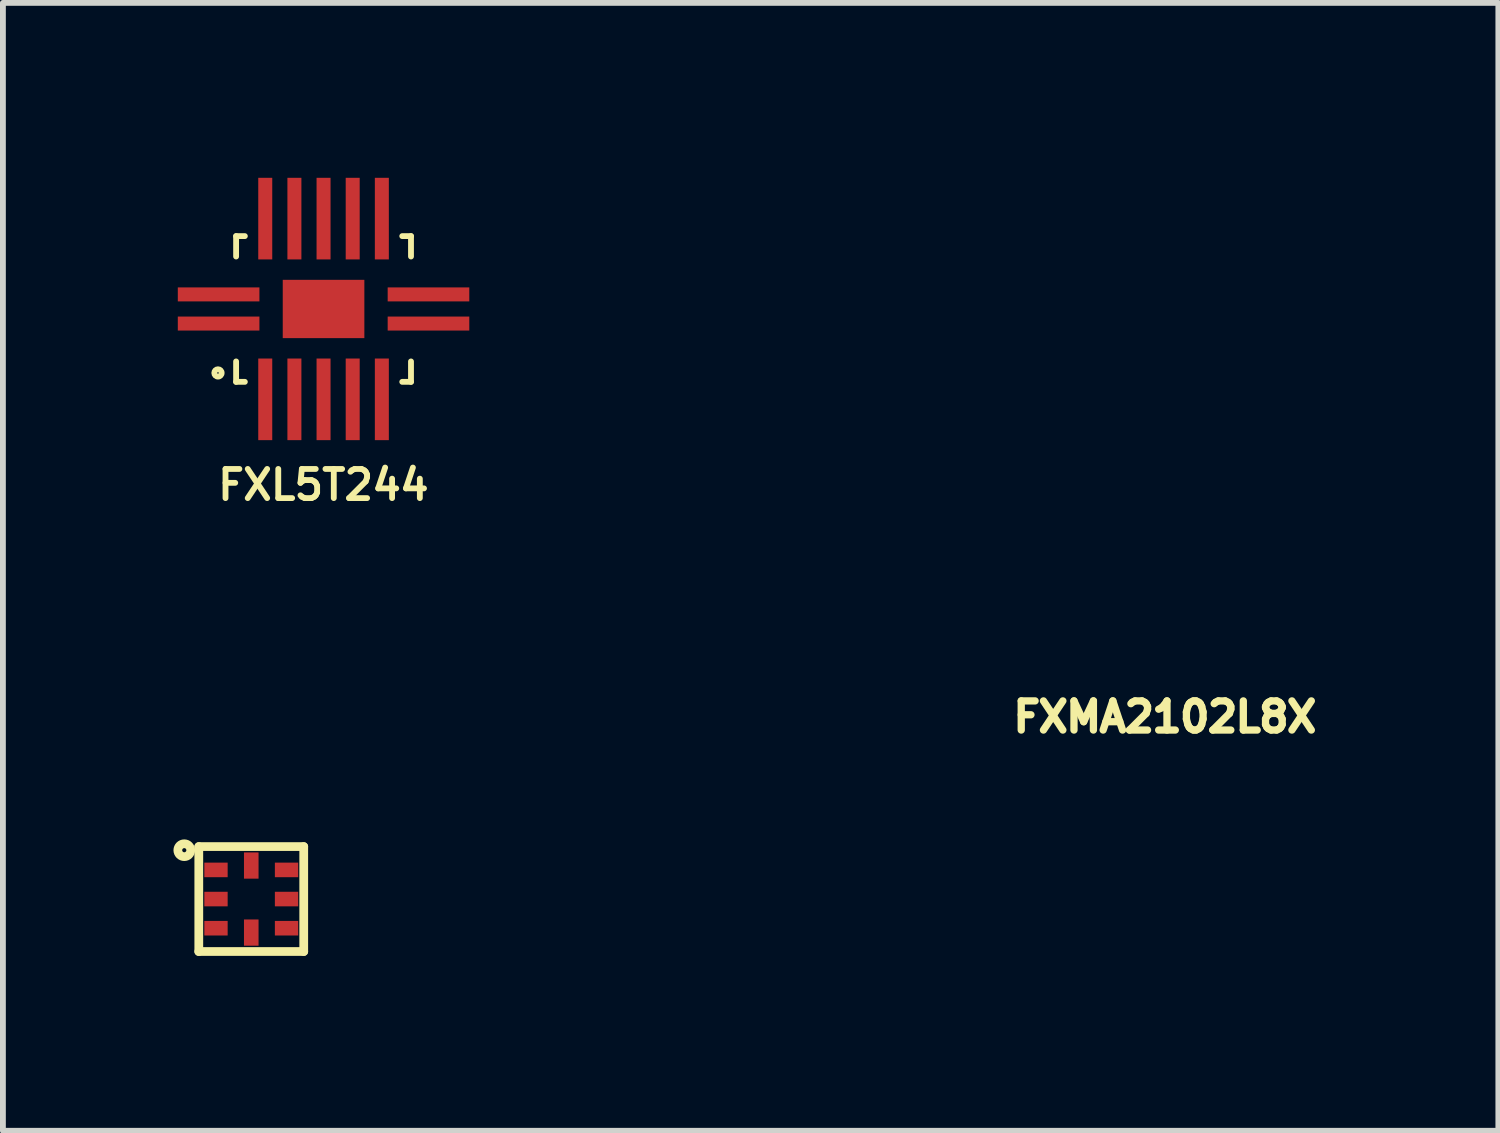
<source format=kicad_pcb>
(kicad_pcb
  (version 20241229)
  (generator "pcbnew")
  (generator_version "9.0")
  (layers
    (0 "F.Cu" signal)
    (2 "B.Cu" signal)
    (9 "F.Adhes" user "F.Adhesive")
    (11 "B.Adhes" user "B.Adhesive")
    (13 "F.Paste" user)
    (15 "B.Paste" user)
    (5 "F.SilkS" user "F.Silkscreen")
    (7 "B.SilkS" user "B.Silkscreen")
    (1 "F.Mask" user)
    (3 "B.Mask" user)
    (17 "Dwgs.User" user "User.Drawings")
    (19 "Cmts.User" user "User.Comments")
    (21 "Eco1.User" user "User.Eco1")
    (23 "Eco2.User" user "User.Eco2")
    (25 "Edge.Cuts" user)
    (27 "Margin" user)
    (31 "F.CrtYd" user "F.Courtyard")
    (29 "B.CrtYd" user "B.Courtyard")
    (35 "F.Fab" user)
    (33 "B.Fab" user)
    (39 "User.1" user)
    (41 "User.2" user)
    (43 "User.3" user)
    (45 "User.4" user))
  (footprint "FXL5T244"
    (layer "F.Cu")
    (at 2.5 2.25)
    (property "Reference" "FXL5T244" (at -0.003 3.018 0) (layer "F.SilkS") (effects (font (size 0.5 0.5) (thickness 0.1))))
    (attr through_hole)
    (fp_line (start -1.5 -1.25) (end -1.5 -0.9) (stroke (width 0.1) (type solid)) (layer "F.SilkS"))
    (fp_line (start -1.5 1.25) (end -1.5 0.9) (stroke (width 0.1) (type solid)) (layer "F.SilkS"))
    (fp_line (start -1.35 -1.25) (end -1.5 -1.25) (stroke (width 0.1) (type solid)) (layer "F.SilkS"))
    (fp_line (start -1.35 1.25) (end -1.5 1.25) (stroke (width 0.1) (type solid)) (layer "F.SilkS"))
    (fp_line (start 1.35 -1.25) (end 1.5 -1.25) (stroke (width 0.1) (type solid)) (layer "F.SilkS"))
    (fp_line (start 1.35 1.25) (end 1.5 1.25) (stroke (width 0.1) (type solid)) (layer "F.SilkS"))
    (fp_line (start 1.5 -1.25) (end 1.5 -0.9) (stroke (width 0.1) (type solid)) (layer "F.SilkS"))
    (fp_line (start 1.5 1.25) (end 1.5 0.9) (stroke (width 0.1) (type solid)) (layer "F.SilkS"))
    (fp_circle (center -1.811 1.097) (end -1.75 1.113) (stroke (width 0.1) (type solid)) (fill no) (layer "F.SilkS"))
    (pad "" smd rect (at 0 0) (size 1 0.7) (layers "F.Mask" "F.Paste"))
    (pad "1" smd rect (at -1.8 0.25 90) (size 0.24 1.4) (layers "F.Cu" "F.Mask" "F.Paste"))
    (pad "2" smd rect (at -1 1.55) (size 0.24 1.4) (layers "F.Cu" "F.Mask" "F.Paste"))
    (pad "3" smd rect (at -0.5 1.55) (size 0.24 1.4) (layers "F.Cu" "F.Mask" "F.Paste"))
    (pad "4" smd rect (at 0 1.55) (size 0.24 1.4) (layers "F.Cu" "F.Mask" "F.Paste"))
    (pad "5" smd rect (at 0.5 1.55) (size 0.24 1.4) (layers "F.Cu" "F.Mask" "F.Paste"))
    (pad "6" smd rect (at 1 1.55) (size 0.24 1.4) (layers "F.Cu" "F.Mask" "F.Paste"))
    (pad "7" smd rect (at 0 0) (size 1.4 1) (layers "F.Cu"))
    (pad "7" smd rect (at 1.8 0.25 90) (size 0.24 1.4) (layers "F.Cu" "F.Mask" "F.Paste"))
    (pad "8" smd rect (at 1.8 -0.25 90) (size 0.24 1.4) (layers "F.Cu" "F.Mask" "F.Paste"))
    (pad "9" smd rect (at 1 -1.55) (size 0.24 1.4) (layers "F.Cu" "F.Mask" "F.Paste"))
    (pad "10" smd rect (at 0.5 -1.55) (size 0.24 1.4) (layers "F.Cu" "F.Mask" "F.Paste"))
    (pad "11" smd rect (at 0 -1.55) (size 0.24 1.4) (layers "F.Cu" "F.Mask" "F.Paste"))
    (pad "12" smd rect (at -0.5 -1.55) (size 0.24 1.4) (layers "F.Cu" "F.Mask" "F.Paste"))
    (pad "13" smd rect (at -1 -1.55) (size 0.24 1.4) (layers "F.Cu" "F.Mask" "F.Paste"))
    (pad "14" smd rect (at -1.8 -0.25 90) (size 0.24 1.4) (layers "F.Cu" "F.Mask" "F.Paste")))
  (footprint "FXMA2102L8X"
    (layer "F.Cu")
    (at 1.26 12.372)
    (property "Reference" "FXMA2102L8X" (at 15.672 -3.124 0) (layer "F.SilkS") (effects (font (size 0.5 0.5) (thickness 0.125))))
    (attr through_hole)
    (fp_line (start -0.9 -0.9) (end -0.9 0.9) (stroke (width 0.15) (type solid)) (layer "F.SilkS"))
    (fp_line (start 0.9 -0.9) (end -0.9 -0.9) (stroke (width 0.15) (type solid)) (layer "F.SilkS"))
    (fp_line (start 0.9 -0.9) (end 0.9 0.9) (stroke (width 0.15) (type solid)) (layer "F.SilkS"))
    (fp_line (start 0.9 0.9) (end -0.9 0.9) (stroke (width 0.15) (type solid)) (layer "F.SilkS"))
    (fp_circle (center -1.149 -0.838) (end -1.119 -0.819) (stroke (width 0.15) (type solid)) (fill no) (layer "F.SilkS"))
    (pad "1" smd rect (at -0.605 -0.5) (size 0.4 0.25) (layers "F.Cu" "F.Mask" "F.Paste"))
    (pad "2" smd rect (at -0.605 0) (size 0.4 0.25) (layers "F.Cu" "F.Mask" "F.Paste"))
    (pad "3" smd rect (at -0.605 0.5) (size 0.4 0.25) (layers "F.Cu" "F.Mask" "F.Paste"))
    (pad "4" smd rect (at 0 0.575) (size 0.25 0.45) (layers "F.Cu" "F.Mask" "F.Paste"))
    (pad "5" smd rect (at 0.605 0.5) (size 0.4 0.25) (layers "F.Cu" "F.Mask" "F.Paste"))
    (pad "6" smd rect (at 0.605 0) (size 0.4 0.25) (layers "F.Cu" "F.Mask" "F.Paste"))
    (pad "7" smd rect (at 0.605 -0.5) (size 0.4 0.25) (layers "F.Cu" "F.Mask" "F.Paste"))
    (pad "8" smd rect (at 0 -0.575) (size 0.25 0.45) (layers "F.Cu" "F.Mask" "F.Paste")))
  (gr_rect
    (start -3 -3)
    (end 22.652 16.347)
    (stroke (width 0.1) (type default))
    (fill no)
    (layer "Edge.Cuts")))
</source>
